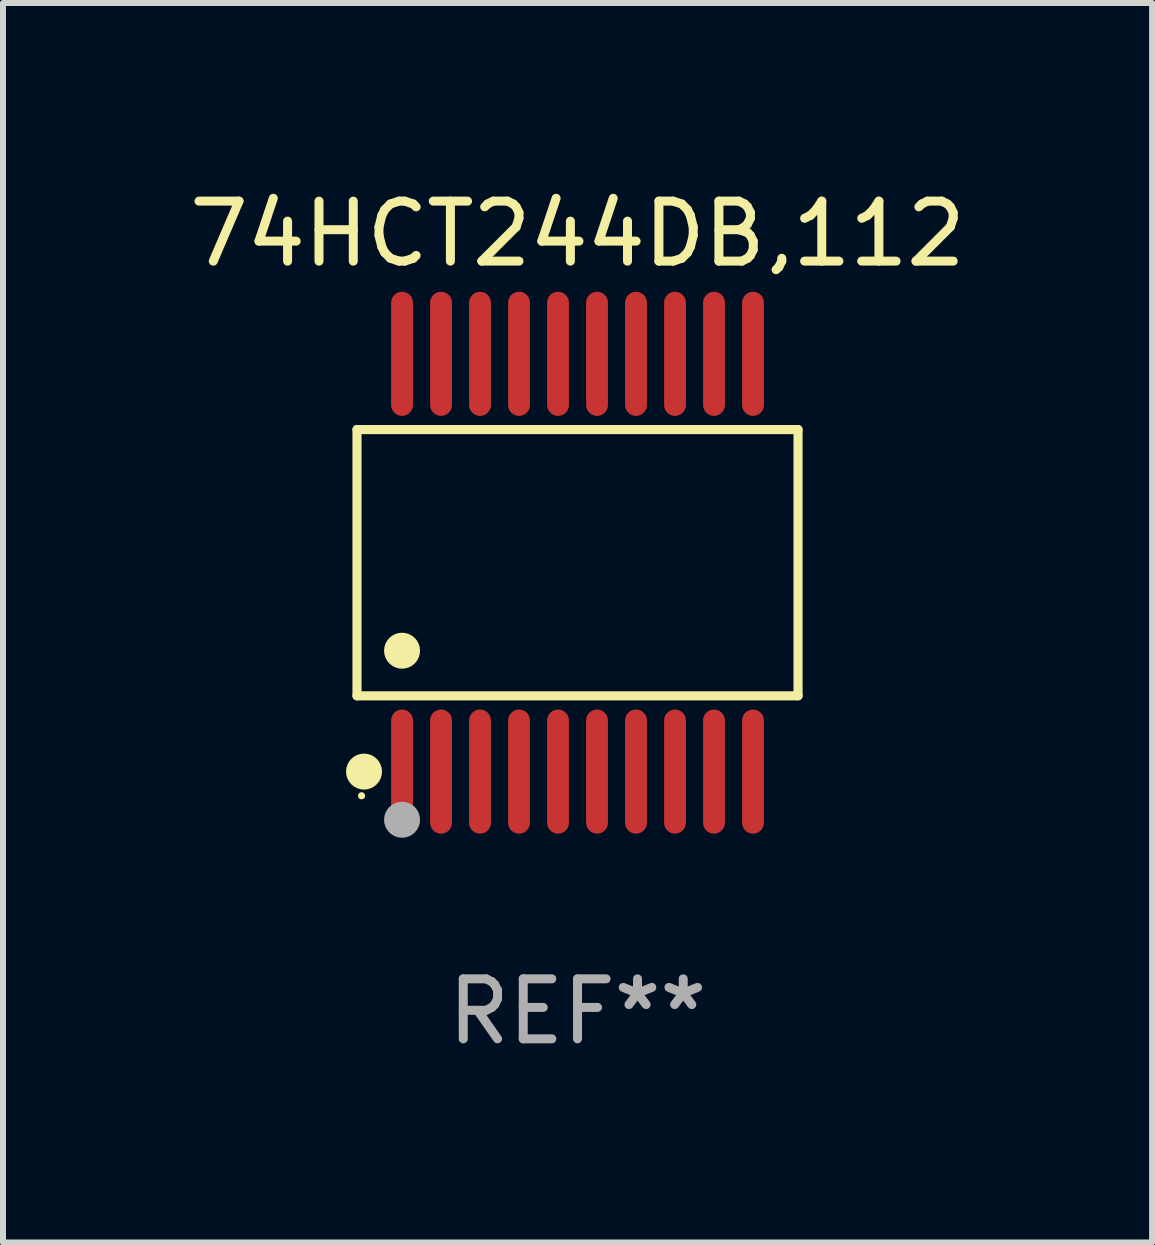
<source format=kicad_pcb>
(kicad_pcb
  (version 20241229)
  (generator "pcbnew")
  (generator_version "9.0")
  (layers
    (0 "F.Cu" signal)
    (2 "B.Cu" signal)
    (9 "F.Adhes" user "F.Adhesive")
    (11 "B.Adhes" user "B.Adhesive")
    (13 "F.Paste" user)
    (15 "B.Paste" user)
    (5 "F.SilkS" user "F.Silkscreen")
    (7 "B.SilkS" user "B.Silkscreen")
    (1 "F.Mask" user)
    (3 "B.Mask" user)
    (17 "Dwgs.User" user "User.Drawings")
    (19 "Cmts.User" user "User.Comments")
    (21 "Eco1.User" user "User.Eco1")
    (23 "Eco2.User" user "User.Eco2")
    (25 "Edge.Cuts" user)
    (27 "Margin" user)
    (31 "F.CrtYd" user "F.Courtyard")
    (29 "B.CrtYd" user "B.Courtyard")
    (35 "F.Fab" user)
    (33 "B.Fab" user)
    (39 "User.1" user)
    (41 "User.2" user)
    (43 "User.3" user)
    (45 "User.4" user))
  (footprint "74HCT244DB,112"
    (layer "F.Cu")
    (at 6.577 6.33)
    (property "Reference" "74HCT244DB,112" (at 0 -5.482 0) (layer "F.SilkS") (effects (font (size 1 1) (thickness 0.15))))
    (attr through_hole)
    (fp_line (start -3.676 -2.219) (end 3.676 -2.219) (stroke (width 0.152) (type solid)) (layer "F.SilkS"))
    (fp_line (start -3.676 2.219) (end -3.676 -2.219) (stroke (width 0.152) (type solid)) (layer "F.SilkS"))
    (fp_line (start 3.676 -2.219) (end 3.676 2.219) (stroke (width 0.152) (type solid)) (layer "F.SilkS"))
    (fp_line (start 3.676 2.219) (end -3.676 2.219) (stroke (width 0.152) (type solid)) (layer "F.SilkS"))
    (fp_circle (center -3.6 3.885) (end -3.57 3.885) (stroke (width 0.06) (type solid)) (fill no) (layer "F.SilkS"))
    (fp_circle (center -3.559 3.482) (end -3.409 3.482) (stroke (width 0.3) (type solid)) (fill no) (layer "F.SilkS"))
    (fp_circle (center -2.925 1.467) (end -2.775 1.467) (stroke (width 0.3) (type solid)) (fill no) (layer "F.SilkS"))
    (fp_circle (center -2.925 4.285) (end -2.775 4.285) (stroke (width 0.3) (type solid)) (fill no) (layer "F.Fab"))
    (fp_text user "REF**" (at 0 7.482 0) (layer "F.Fab") (effects (font (size 1 1) (thickness 0.15))))
    (pad "1" smd oval (at -2.925 3.482) (size 0.364 2.069) (layers "F.Cu" "F.Mask" "F.Paste"))
    (pad "2" smd oval (at -2.275 3.482) (size 0.364 2.069) (layers "F.Cu" "F.Mask" "F.Paste"))
    (pad "3" smd oval (at -1.625 3.482) (size 0.364 2.069) (layers "F.Cu" "F.Mask" "F.Paste"))
    (pad "4" smd oval (at -0.975 3.482) (size 0.364 2.069) (layers "F.Cu" "F.Mask" "F.Paste"))
    (pad "5" smd oval (at -0.325 3.482) (size 0.364 2.069) (layers "F.Cu" "F.Mask" "F.Paste"))
    (pad "6" smd oval (at 0.325 3.482) (size 0.364 2.069) (layers "F.Cu" "F.Mask" "F.Paste"))
    (pad "7" smd oval (at 0.975 3.482) (size 0.364 2.069) (layers "F.Cu" "F.Mask" "F.Paste"))
    (pad "8" smd oval (at 1.625 3.482) (size 0.364 2.069) (layers "F.Cu" "F.Mask" "F.Paste"))
    (pad "9" smd oval (at 2.275 3.482) (size 0.364 2.069) (layers "F.Cu" "F.Mask" "F.Paste"))
    (pad "10" smd oval (at 2.925 3.482) (size 0.364 2.069) (layers "F.Cu" "F.Mask" "F.Paste"))
    (pad "11" smd oval (at 2.925 -3.482) (size 0.364 2.069) (layers "F.Cu" "F.Mask" "F.Paste"))
    (pad "12" smd oval (at 2.275 -3.482) (size 0.364 2.069) (layers "F.Cu" "F.Mask" "F.Paste"))
    (pad "13" smd oval (at 1.625 -3.482) (size 0.364 2.069) (layers "F.Cu" "F.Mask" "F.Paste"))
    (pad "14" smd oval (at 0.975 -3.482) (size 0.364 2.069) (layers "F.Cu" "F.Mask" "F.Paste"))
    (pad "15" smd oval (at 0.325 -3.482) (size 0.364 2.069) (layers "F.Cu" "F.Mask" "F.Paste"))
    (pad "16" smd oval (at -0.325 -3.482) (size 0.364 2.069) (layers "F.Cu" "F.Mask" "F.Paste"))
    (pad "17" smd oval (at -0.975 -3.482) (size 0.364 2.069) (layers "F.Cu" "F.Mask" "F.Paste"))
    (pad "18" smd oval (at -1.625 -3.482) (size 0.364 2.069) (layers "F.Cu" "F.Mask" "F.Paste"))
    (pad "19" smd oval (at -2.275 -3.482) (size 0.364 2.069) (layers "F.Cu" "F.Mask" "F.Paste"))
    (pad "20" smd oval (at -2.925 -3.482) (size 0.364 2.069) (layers "F.Cu" "F.Mask" "F.Paste")))
  (gr_rect
    (start -3 -3)
    (end 16.155 17.661)
    (stroke (width 0.1) (type default))
    (fill no)
    (layer "Edge.Cuts")))
</source>
